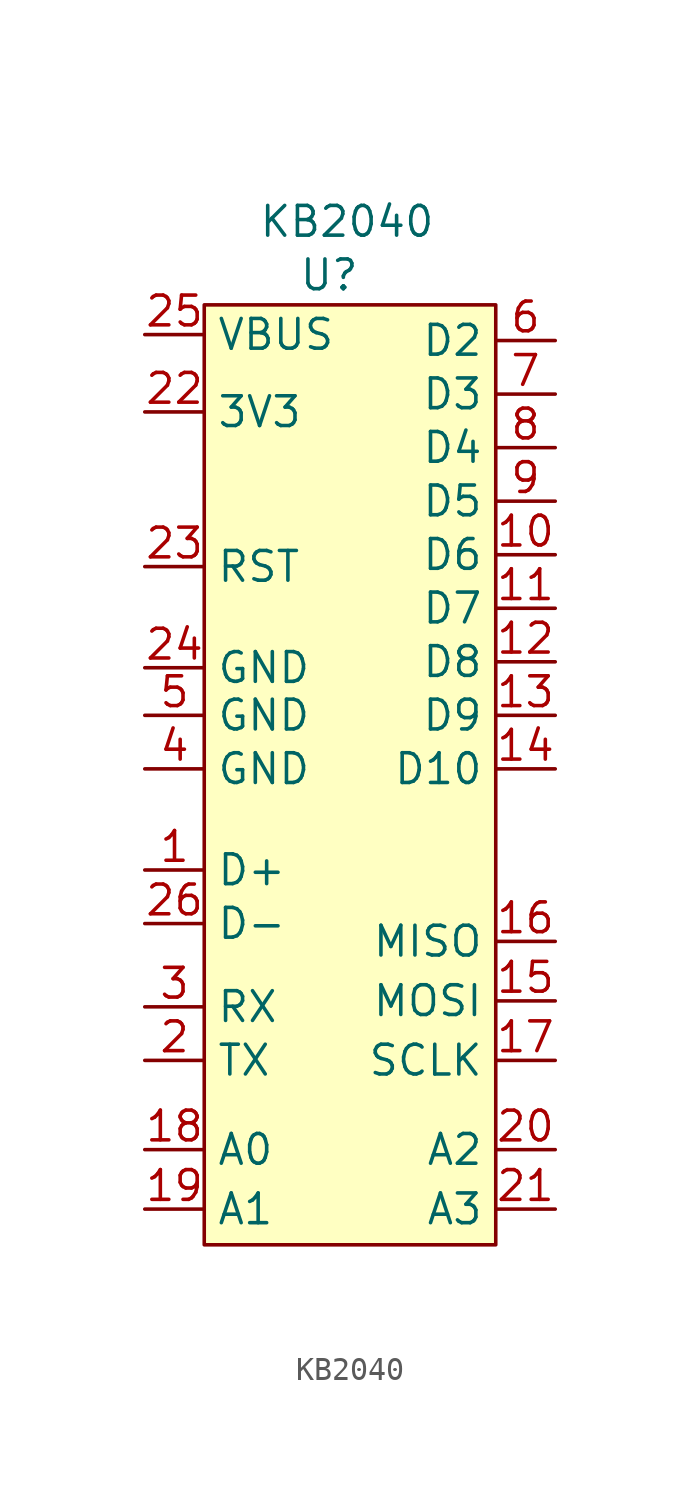
<source format=kicad_sym>
(kicad_symbol_lib
  (version 20211014)
  (generator kicad_symbol_editor)
  (symbol "KB2040"
    (property "Reference" "U"
      (at -1.016 21.082 0)
      (effects (font (size 1.27 1.27))))
    (property "Value" "KB2040"
      (at -0.254 23.368 0)
      (effects (font (size 1.27 1.27))))
    (symbol "KB2040_0_1"
      (rectangle (start -6.35 19.812) (end 6.096 -20.32) (stroke (width 0) (type default) (color 0 0 0 0)) (fill (type background))))
    (symbol "KB2040_1_1"
      (pin bidirectional line (at -8.89 -4.318 0) (length 2.54) (name "D+" (effects (font (size 1.27 1.27)))) (number "1" (effects (font (size 1.27 1.27)))))
      (pin bidirectional line (at 8.636 9.144 180) (length 2.54) (name "D6" (effects (font (size 1.27 1.27)))) (number "10" (effects (font (size 1.27 1.27)))))
      (pin bidirectional line (at 8.636 6.858 180) (length 2.54) (name "D7" (effects (font (size 1.27 1.27)))) (number "11" (effects (font (size 1.27 1.27)))))
      (pin bidirectional line (at 8.636 4.572 180) (length 2.54) (name "D8" (effects (font (size 1.27 1.27)))) (number "12" (effects (font (size 1.27 1.27)))))
      (pin bidirectional line (at 8.636 2.286 180) (length 2.54) (name "D9" (effects (font (size 1.27 1.27)))) (number "13" (effects (font (size 1.27 1.27)))))
      (pin bidirectional line (at 8.636 0 180) (length 2.54) (name "D10" (effects (font (size 1.27 1.27)))) (number "14" (effects (font (size 1.27 1.27)))))
      (pin output line (at 8.636 -9.906 180) (length 2.54) (name "MOSI" (effects (font (size 1.27 1.27)))) (number "15" (effects (font (size 1.27 1.27)))))
      (pin input line (at 8.636 -7.366 180) (length 2.54) (name "MISO" (effects (font (size 1.27 1.27)))) (number "16" (effects (font (size 1.27 1.27)))))
      (pin output line (at 8.636 -12.446 180) (length 2.54) (name "SCLK" (effects (font (size 1.27 1.27)))) (number "17" (effects (font (size 1.27 1.27)))))
      (pin input line (at -8.89 -16.256 0) (length 2.54) (name "A0" (effects (font (size 1.27 1.27)))) (number "18" (effects (font (size 1.27 1.27)))))
      (pin input line (at -8.89 -18.796 0) (length 2.54) (name "A1" (effects (font (size 1.27 1.27)))) (number "19" (effects (font (size 1.27 1.27)))))
      (pin output line (at -8.89 -12.446 0) (length 2.54) (name "TX" (effects (font (size 1.27 1.27)))) (number "2" (effects (font (size 1.27 1.27)))))
      (pin input line (at 8.636 -16.256 180) (length 2.54) (name "A2" (effects (font (size 1.27 1.27)))) (number "20" (effects (font (size 1.27 1.27)))))
      (pin input line (at 8.636 -18.796 180) (length 2.54) (name "A3" (effects (font (size 1.27 1.27)))) (number "21" (effects (font (size 1.27 1.27)))))
      (pin output line (at -8.89 15.24 0) (length 2.54) (name "3V3" (effects (font (size 1.27 1.27)))) (number "22" (effects (font (size 1.27 1.27)))))
      (pin output line (at -8.89 8.636 0) (length 2.54) (name "RST" (effects (font (size 1.27 1.27)))) (number "23" (effects (font (size 1.27 1.27)))))
      (pin input line (at -8.89 4.318 0) (length 2.54) (name "GND" (effects (font (size 1.27 1.27)))) (number "24" (effects (font (size 1.27 1.27)))))
      (pin output line (at -8.89 18.542 0) (length 2.54) (name "VBUS" (effects (font (size 1.27 1.27)))) (number "25" (effects (font (size 1.27 1.27)))))
      (pin bidirectional line (at -8.89 -6.604 0) (length 2.54) (name "D-" (effects (font (size 1.27 1.27)))) (number "26" (effects (font (size 1.27 1.27)))))
      (pin input line (at -8.89 -10.16 0) (length 2.54) (name "RX" (effects (font (size 1.27 1.27)))) (number "3" (effects (font (size 1.27 1.27)))))
      (pin input line (at -8.89 0 0) (length 2.54) (name "GND" (effects (font (size 1.27 1.27)))) (number "4" (effects (font (size 1.27 1.27)))))
      (pin input line (at -8.89 2.286 0) (length 2.54) (name "GND" (effects (font (size 1.27 1.27)))) (number "5" (effects (font (size 1.27 1.27)))))
      (pin bidirectional line (at 8.636 18.288 180) (length 2.54) (name "D2" (effects (font (size 1.27 1.27)))) (number "6" (effects (font (size 1.27 1.27)))))
      (pin bidirectional line (at 8.636 16.002 180) (length 2.54) (name "D3" (effects (font (size 1.27 1.27)))) (number "7" (effects (font (size 1.27 1.27)))))
      (pin bidirectional line (at 8.636 13.716 180) (length 2.54) (name "D4" (effects (font (size 1.27 1.27)))) (number "8" (effects (font (size 1.27 1.27)))))
      (pin bidirectional line (at 8.636 11.43 180) (length 2.54) (name "D5" (effects (font (size 1.27 1.27)))) (number "9" (effects (font (size 1.27 1.27))))))))
</source>
